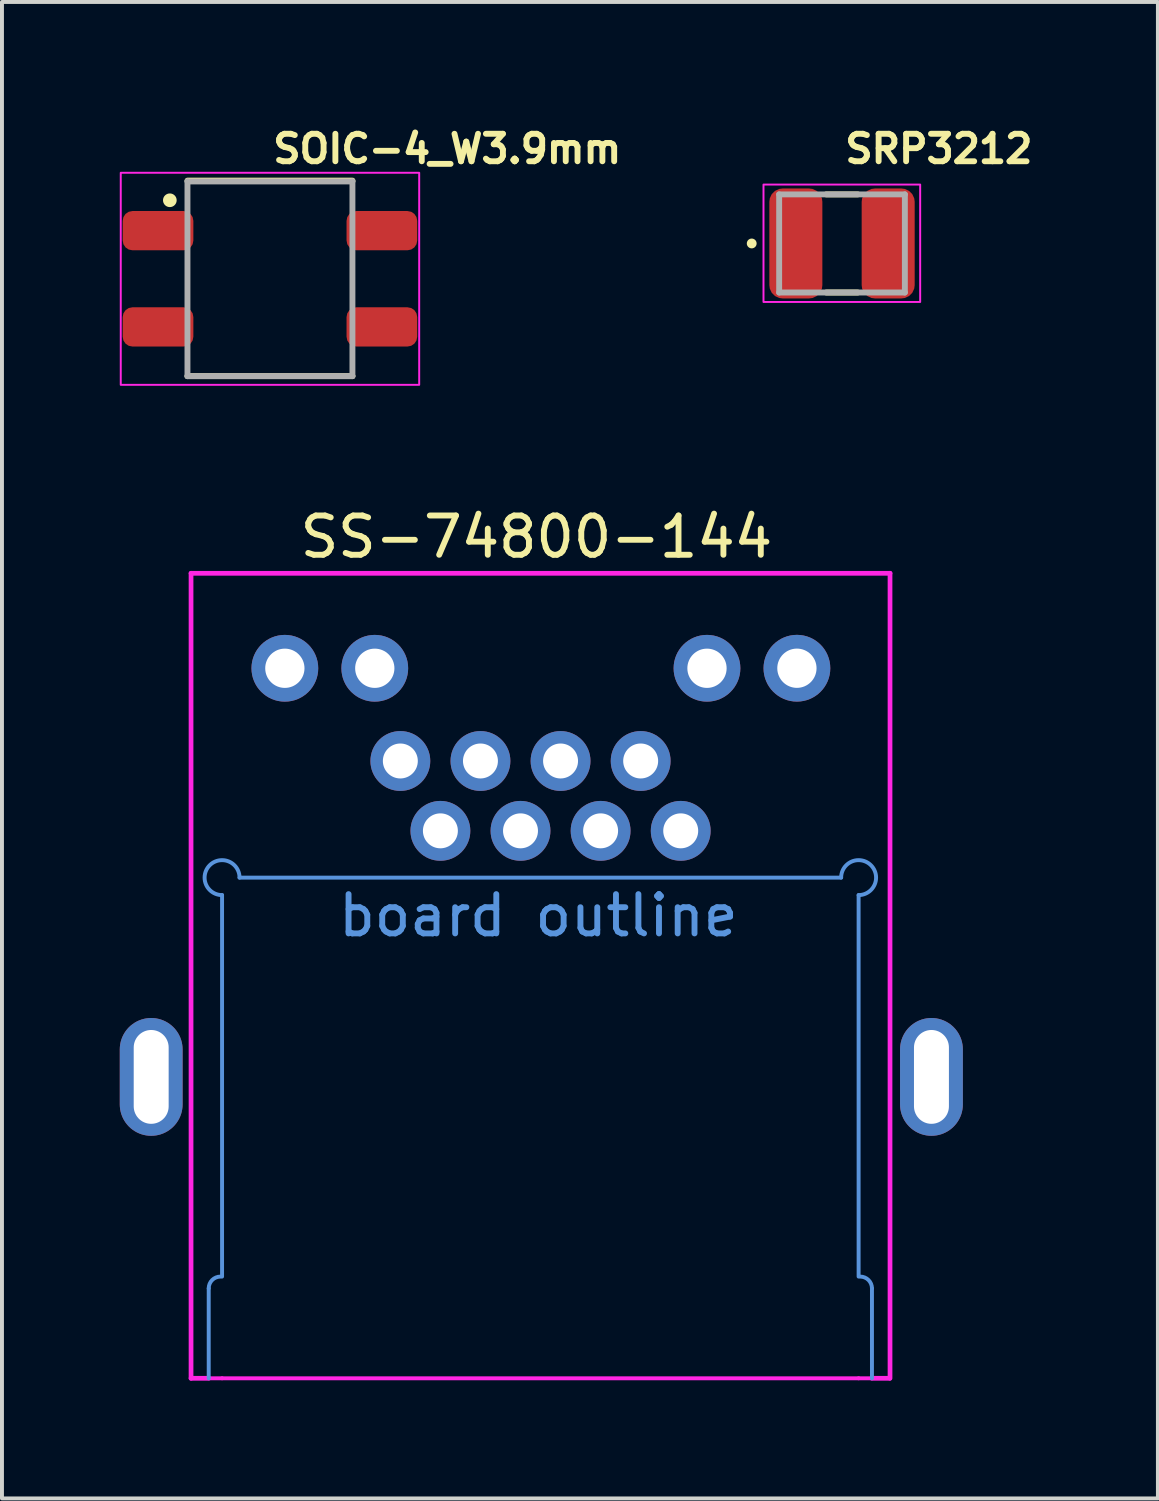
<source format=kicad_pcb>
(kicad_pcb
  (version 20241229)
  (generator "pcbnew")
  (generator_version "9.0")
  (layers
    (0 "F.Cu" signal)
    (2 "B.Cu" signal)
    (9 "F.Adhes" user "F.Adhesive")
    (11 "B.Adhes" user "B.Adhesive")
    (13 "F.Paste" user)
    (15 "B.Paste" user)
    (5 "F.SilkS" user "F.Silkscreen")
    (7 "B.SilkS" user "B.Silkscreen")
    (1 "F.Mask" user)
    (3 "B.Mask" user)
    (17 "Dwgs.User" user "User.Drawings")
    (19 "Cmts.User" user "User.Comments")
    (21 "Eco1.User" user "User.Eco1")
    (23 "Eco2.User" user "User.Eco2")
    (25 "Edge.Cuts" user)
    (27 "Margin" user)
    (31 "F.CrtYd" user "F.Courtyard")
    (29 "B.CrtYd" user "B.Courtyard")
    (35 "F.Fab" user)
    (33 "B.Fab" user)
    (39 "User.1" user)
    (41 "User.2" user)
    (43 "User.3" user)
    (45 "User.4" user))
  (footprint "SRP3212"
    (layer "F.Cu")
    (at 18.393 3.15)
    (property "Reference" "SRP3212" (at 0 -2 0) (layer "F.SilkS") (effects (font (size 0.7 0.7) (thickness 0.15)) (justify left bottom)))
    (attr smd)
    (fp_line (start -0.401 -1.25) (end 0.4 -1.25) (stroke (width 0.15) (type solid)) (layer "F.SilkS"))
    (fp_line (start -0.401 1.249) (end 0.4 1.249) (stroke (width 0.15) (type solid)) (layer "F.SilkS"))
    (fp_circle (center -2.3 0) (end -2.25 0) (stroke (width 0.15) (type solid)) (fill yes) (layer "F.SilkS"))
    (fp_rect (start -2 -1.5) (end 1.99 1.49) (stroke (width 0.05) (type solid)) (fill no) (layer "F.CrtYd"))
    (fp_line (start -1.601 1.249) (end -1.601 -1.25) (stroke (width 0.15) (type solid)) (layer "F.Fab"))
    (fp_line (start -1.601 1.249) (end 1.6 1.249) (stroke (width 0.15) (type solid)) (layer "F.Fab"))
    (fp_line (start 1.6 -1.25) (end -1.601 -1.25) (stroke (width 0.15) (type solid)) (layer "F.Fab"))
    (fp_line (start 1.6 -1.25) (end 1.6 1.249) (stroke (width 0.15) (type solid)) (layer "F.Fab"))
    (pad "1" smd roundrect (at -1.176 0) (size 1.35 2.8) (layers "F.Cu" "F.Mask" "F.Paste") (roundrect_rratio 0.25))
    (pad "2" smd roundrect (at 1.175 0) (size 1.35 2.8) (layers "F.Cu" "F.Mask" "F.Paste") (roundrect_rratio 0.25)))
  (footprint "SS-74800-144"
    (layer "F.Cu")
    (at 10.66 11.223)
    (property "Reference" "SS-74800-144" (at -0.05 -0.6 0) (layer "F.SilkS") (effects (font (size 1 1) (thickness 0.15))))
    (attr through_hole)
    (fp_line (start -8.395 20.826) (end -8.395 18.536) (stroke (width 0.1) (type solid)) (layer "Cmts.User"))
    (fp_line (start -8.055 18.236) (end -8.055 8.521) (stroke (width 0.1) (type solid)) (layer "Cmts.User"))
    (fp_line (start -7.61 8.076) (end 7.71 8.076) (stroke (width 0.1) (type solid)) (layer "Cmts.User"))
    (fp_line (start 8.155 8.521) (end 8.155 18.236) (stroke (width 0.1) (type solid)) (layer "Cmts.User"))
    (fp_line (start 8.495 18.536) (end 8.495 20.826) (stroke (width 0.1) (type solid)) (layer "Cmts.User"))
    (fp_arc (start -8.394909 18.536184) (mid -8.307042 18.324052) (end -8.09491 18.236183) (stroke (width 0.1) (type solid)) (layer "Cmts.User"))
    (fp_arc (start -8.05491 8.521184) (mid -8.369573 7.761521) (end -7.60991 8.076184) (stroke (width 0.1) (type solid)) (layer "Cmts.User"))
    (fp_arc (start 7.710091 8.076184) (mid 8.469754 7.761521) (end 8.155091 8.521184) (stroke (width 0.1) (type solid)) (layer "Cmts.User"))
    (fp_arc (start 8.195091 18.236183) (mid 8.407223 18.324051) (end 8.495091 18.536183) (stroke (width 0.1) (type solid)) (layer "Cmts.User"))
    (fp_line (start -8.095 18.236) (end -8.055 18.236) (stroke (width 0.1) (type solid)) (layer "Margin"))
    (fp_line (start 8.155 18.236) (end 8.195 18.236) (stroke (width 0.1) (type solid)) (layer "Margin"))
    (fp_line (start -8.845 0.326) (end 8.955 0.326) (stroke (width 0.12) (type solid)) (layer "F.CrtYd"))
    (fp_line (start -8.845 20.826) (end -8.845 0.326) (stroke (width 0.12) (type solid)) (layer "F.CrtYd"))
    (fp_line (start -8.395 20.826) (end -8.845 20.826) (stroke (width 0.12) (type solid)) (layer "F.CrtYd"))
    (fp_line (start -8.055 20.826) (end -8.395 20.826) (stroke (width 0.1) (type solid)) (layer "F.CrtYd"))
    (fp_line (start 8.155 20.826) (end -8.055 20.826) (stroke (width 0.1) (type solid)) (layer "F.CrtYd"))
    (fp_line (start 8.495 20.826) (end 8.155 20.826) (stroke (width 0.1) (type solid)) (layer "F.CrtYd"))
    (fp_line (start 8.495 20.826) (end 8.945 20.826) (stroke (width 0.12) (type solid)) (layer "F.CrtYd"))
    (fp_line (start 8.955 20.826) (end 8.955 0.326) (stroke (width 0.12) (type solid)) (layer "F.CrtYd"))
    (fp_text user "board outline" (at 0 9.042 0) (layer "Cmts.User") (effects (font (size 1 1) (thickness 0.15))))
    (pad "1" thru_hole circle (at 3.625 6.885) (size 1.524 1.524) (drill 0.89) (layers "*.Cu" "*.Mask"))
    (pad "2" thru_hole circle (at 2.605 5.106) (size 1.524 1.524) (drill 0.89) (layers "*.Cu" "*.Mask"))
    (pad "3" thru_hole circle (at 1.585 6.885) (size 1.524 1.524) (drill 0.89) (layers "*.Cu" "*.Mask"))
    (pad "4" thru_hole circle (at 0.565 5.106) (size 1.524 1.524) (drill 0.89) (layers "*.Cu" "*.Mask"))
    (pad "5" thru_hole circle (at -0.455 6.885) (size 1.524 1.524) (drill 0.89) (layers "*.Cu" "*.Mask"))
    (pad "6" thru_hole circle (at -1.475 5.106) (size 1.524 1.524) (drill 0.89) (layers "*.Cu" "*.Mask"))
    (pad "7" thru_hole circle (at -2.495 6.885) (size 1.524 1.524) (drill 0.89) (layers "*.Cu" "*.Mask"))
    (pad "8" thru_hole circle (at -3.515 5.106) (size 1.524 1.524) (drill 0.89) (layers "*.Cu" "*.Mask"))
    (pad "9" thru_hole circle (at 6.584 2.744) (size 1.7 1.7) (drill 1) (layers "*.Cu" "*.Mask"))
    (pad "10" thru_hole circle (at 4.294 2.745) (size 1.7 1.7) (drill 1) (layers "*.Cu" "*.Mask"))
    (pad "11" thru_hole circle (at -4.166 2.745) (size 1.7 1.7) (drill 1) (layers "*.Cu" "*.Mask"))
    (pad "12" thru_hole circle (at -6.456 2.745) (size 1.7 1.7) (drill 1) (layers "*.Cu" "*.Mask"))
    (pad "SH" thru_hole oval (at -9.86 13.151) (size 1.6 3) (drill oval 0.89 2.39) (layers "*.Cu" "*.Mask"))
    (pad "SH" thru_hole oval (at 10.01 13.151) (size 1.6 3) (drill oval 0.89 2.39) (layers "*.Cu" "*.Mask")))
  (footprint "SOIC-4_W3.9mm"
    (layer "F.Cu")
    (at 3.825 4.05)
    (property "Reference" "SOIC-4_W3.9mm" (at 0 -2.9 0) (layer "F.SilkS") (effects (font (size 0.7 0.7) (thickness 0.15)) (justify left bottom)))
    (attr smd)
    (fp_line (start -2.101 2.479) (end 2.1 2.479) (stroke (width 0.15) (type solid)) (layer "F.SilkS"))
    (fp_line (start -2.1 -2.5) (end 2.101 -2.5) (stroke (width 0.15) (type solid)) (layer "F.SilkS"))
    (fp_circle (center -2.55 -2) (end -2.451 -2) (stroke (width 0.15) (type solid)) (fill yes) (layer "F.SilkS"))
    (fp_rect (start -3.8 -2.7) (end 3.8 2.7) (stroke (width 0.05) (type solid)) (fill no) (layer "F.CrtYd"))
    (fp_line (start -2.101 -2.48) (end 2.1 -2.48) (stroke (width 0.15) (type solid)) (layer "F.Fab"))
    (fp_line (start -2.101 2.479) (end -2.101 -2.48) (stroke (width 0.15) (type solid)) (layer "F.Fab"))
    (fp_line (start 2.1 -2.48) (end 2.1 2.479) (stroke (width 0.15) (type solid)) (layer "F.Fab"))
    (fp_line (start 2.1 2.479) (end -2.101 2.479) (stroke (width 0.15) (type solid)) (layer "F.Fab"))
    (fp_rect (start -3.351 -2.363) (end 3.35 2.362) (stroke (width 0.1) (type solid)) (fill no) (layer "User.5"))
    (fp_line (start -3.351 -1.543) (end -3.351 -0.909) (stroke (width 0.02) (type solid)) (layer "User.9"))
    (fp_line (start -3.351 1.542) (end -3.351 0.907) (stroke (width 0.02) (type solid)) (layer "User.9"))
    (fp_line (start -3.04 -1.543) (end -3.351 -1.543) (stroke (width 0.02) (type solid)) (layer "User.9"))
    (fp_line (start -3.04 -0.909) (end -3.351 -0.909) (stroke (width 0.02) (type solid)) (layer "User.9"))
    (fp_line (start -3.04 0.907) (end -3.351 0.907) (stroke (width 0.02) (type solid)) (layer "User.9"))
    (fp_line (start -3.04 1.542) (end -3.351 1.542) (stroke (width 0.02) (type solid)) (layer "User.9"))
    (fp_line (start -2.746 -1.543) (end -3.04 -1.543) (stroke (width 0.02) (type solid)) (layer "User.9"))
    (fp_line (start -2.746 -1.543) (end -2.746 -1.543) (stroke (width 0.02) (type solid)) (layer "User.9"))
    (fp_line (start -2.746 -0.909) (end -3.04 -0.909) (stroke (width 0.02) (type solid)) (layer "User.9"))
    (fp_line (start -2.746 -0.909) (end -2.746 -0.909) (stroke (width 0.02) (type solid)) (layer "User.9"))
    (fp_line (start -2.746 0.907) (end -3.04 0.907) (stroke (width 0.02) (type solid)) (layer "User.9"))
    (fp_line (start -2.746 0.907) (end -2.746 0.907) (stroke (width 0.02) (type solid)) (layer "User.9"))
    (fp_line (start -2.746 1.542) (end -3.04 1.542) (stroke (width 0.02) (type solid)) (layer "User.9"))
    (fp_line (start -2.746 1.542) (end -2.746 1.542) (stroke (width 0.02) (type solid)) (layer "User.9"))
    (fp_line (start -2.628 -1.543) (end -2.746 -1.543) (stroke (width 0.02) (type solid)) (layer "User.9"))
    (fp_line (start -2.628 -1.543) (end -2.628 -0.909) (stroke (width 0.02) (type solid)) (layer "User.9"))
    (fp_line (start -2.628 -0.909) (end -2.746 -0.909) (stroke (width 0.02) (type solid)) (layer "User.9"))
    (fp_line (start -2.628 0.907) (end -2.746 0.907) (stroke (width 0.02) (type solid)) (layer "User.9"))
    (fp_line (start -2.628 1.542) (end -2.746 1.542) (stroke (width 0.02) (type solid)) (layer "User.9"))
    (fp_line (start -2.628 1.542) (end -2.628 0.907) (stroke (width 0.02) (type solid)) (layer "User.9"))
    (fp_line (start -2.612 -1.543) (end -2.628 -1.543) (stroke (width 0.02) (type solid)) (layer "User.9"))
    (fp_line (start -2.612 -1.543) (end -2.612 -1.543) (stroke (width 0.02) (type solid)) (layer "User.9"))
    (fp_line (start -2.612 -0.909) (end -2.628 -0.909) (stroke (width 0.02) (type solid)) (layer "User.9"))
    (fp_line (start -2.612 -0.909) (end -2.612 -0.909) (stroke (width 0.02) (type solid)) (layer "User.9"))
    (fp_line (start -2.612 0.907) (end -2.628 0.907) (stroke (width 0.02) (type solid)) (layer "User.9"))
    (fp_line (start -2.612 0.907) (end -2.612 0.907) (stroke (width 0.02) (type solid)) (layer "User.9"))
    (fp_line (start -2.612 1.542) (end -2.628 1.542) (stroke (width 0.02) (type solid)) (layer "User.9"))
    (fp_line (start -2.612 1.542) (end -2.612 1.542) (stroke (width 0.02) (type solid)) (layer "User.9"))
    (fp_line (start -2.565 -1.543) (end -2.612 -1.543) (stroke (width 0.02) (type solid)) (layer "User.9"))
    (fp_line (start -2.565 -1.543) (end -2.565 -1.543) (stroke (width 0.02) (type solid)) (layer "User.9"))
    (fp_line (start -2.565 -0.909) (end -2.612 -0.909) (stroke (width 0.02) (type solid)) (layer "User.9"))
    (fp_line (start -2.565 -0.909) (end -2.565 -0.909) (stroke (width 0.02) (type solid)) (layer "User.9"))
    (fp_line (start -2.565 0.907) (end -2.612 0.907) (stroke (width 0.02) (type solid)) (layer "User.9"))
    (fp_line (start -2.565 0.907) (end -2.565 0.907) (stroke (width 0.02) (type solid)) (layer "User.9"))
    (fp_line (start -2.565 1.542) (end -2.612 1.542) (stroke (width 0.02) (type solid)) (layer "User.9"))
    (fp_line (start -2.565 1.542) (end -2.565 1.542) (stroke (width 0.02) (type solid)) (layer "User.9"))
    (fp_line (start -2.492 -1.543) (end -2.565 -1.543) (stroke (width 0.02) (type solid)) (layer "User.9"))
    (fp_line (start -2.492 -1.543) (end -2.492 -1.543) (stroke (width 0.02) (type solid)) (layer "User.9"))
    (fp_line (start -2.492 -0.909) (end -2.565 -0.909) (stroke (width 0.02) (type solid)) (layer "User.9"))
    (fp_line (start -2.492 -0.909) (end -2.492 -0.909) (stroke (width 0.02) (type solid)) (layer "User.9"))
    (fp_line (start -2.492 0.907) (end -2.565 0.907) (stroke (width 0.02) (type solid)) (layer "User.9"))
    (fp_line (start -2.492 0.907) (end -2.492 0.907) (stroke (width 0.02) (type solid)) (layer "User.9"))
    (fp_line (start -2.492 1.542) (end -2.565 1.542) (stroke (width 0.02) (type solid)) (layer "User.9"))
    (fp_line (start -2.492 1.542) (end -2.492 1.542) (stroke (width 0.02) (type solid)) (layer "User.9"))
    (fp_line (start -2.445 -1.543) (end -2.492 -1.543) (stroke (width 0.02) (type solid)) (layer "User.9"))
    (fp_line (start -2.445 -1.543) (end -2.445 -1.543) (stroke (width 0.02) (type solid)) (layer "User.9"))
    (fp_line (start -2.445 -0.909) (end -2.492 -0.909) (stroke (width 0.02) (type solid)) (layer "User.9"))
    (fp_line (start -2.445 -0.909) (end -2.445 -0.909) (stroke (width 0.02) (type solid)) (layer "User.9"))
    (fp_line (start -2.445 0.907) (end -2.492 0.907) (stroke (width 0.02) (type solid)) (layer "User.9"))
    (fp_line (start -2.445 0.907) (end -2.445 0.907) (stroke (width 0.02) (type solid)) (layer "User.9"))
    (fp_line (start -2.445 1.542) (end -2.492 1.542) (stroke (width 0.02) (type solid)) (layer "User.9"))
    (fp_line (start -2.445 1.542) (end -2.445 1.542) (stroke (width 0.02) (type solid)) (layer "User.9"))
    (fp_line (start -2.007 -1.543) (end -2.445 -1.543) (stroke (width 0.02) (type solid)) (layer "User.9"))
    (fp_line (start -2.007 -0.909) (end -2.445 -0.909) (stroke (width 0.02) (type solid)) (layer "User.9"))
    (fp_line (start -2.007 0.907) (end -2.445 0.907) (stroke (width 0.02) (type solid)) (layer "User.9"))
    (fp_line (start -2.007 1.542) (end -2.445 1.542) (stroke (width 0.02) (type solid)) (layer "User.9"))
    (fp_line (start -1.95 -2.363) (end -1.95 2.362) (stroke (width 0.02) (type solid)) (layer "User.9"))
    (fp_line (start -1.95 -1.543) (end -2.007 -1.543) (stroke (width 0.02) (type solid)) (layer "User.9"))
    (fp_line (start -1.95 -0.909) (end -2.007 -0.909) (stroke (width 0.02) (type solid)) (layer "User.9"))
    (fp_line (start -1.95 0.907) (end -2.007 0.907) (stroke (width 0.02) (type solid)) (layer "User.9"))
    (fp_line (start -1.95 1.542) (end -2.007 1.542) (stroke (width 0.02) (type solid)) (layer "User.9"))
    (fp_line (start -1.95 2.362) (end 1.449 2.362) (stroke (width 0.02) (type solid)) (layer "User.9"))
    (fp_line (start 1.449 -2.363) (end -1.95 -2.363) (stroke (width 0.02) (type solid)) (layer "User.9"))
    (fp_line (start 1.449 -2.363) (end 1.949 -2.363) (stroke (width 0.02) (type solid)) (layer "User.9"))
    (fp_line (start 1.449 2.362) (end 1.449 -2.363) (stroke (width 0.02) (type solid)) (layer "User.9"))
    (fp_line (start 1.949 -2.363) (end 1.949 2.362) (stroke (width 0.02) (type solid)) (layer "User.9"))
    (fp_line (start 1.949 -1.543) (end 2.004 -1.543) (stroke (width 0.02) (type solid)) (layer "User.9"))
    (fp_line (start 1.949 -0.909) (end 2.004 -0.909) (stroke (width 0.02) (type solid)) (layer "User.9"))
    (fp_line (start 1.949 0.907) (end 2.004 0.907) (stroke (width 0.02) (type solid)) (layer "User.9"))
    (fp_line (start 1.949 1.542) (end 2.004 1.542) (stroke (width 0.02) (type solid)) (layer "User.9"))
    (fp_line (start 1.949 2.362) (end 1.449 2.362) (stroke (width 0.02) (type solid)) (layer "User.9"))
    (fp_line (start 2.004 -1.543) (end 2.443 -1.543) (stroke (width 0.02) (type solid)) (layer "User.9"))
    (fp_line (start 2.004 -0.909) (end 2.443 -0.909) (stroke (width 0.02) (type solid)) (layer "User.9"))
    (fp_line (start 2.004 0.907) (end 2.443 0.907) (stroke (width 0.02) (type solid)) (layer "User.9"))
    (fp_line (start 2.004 1.542) (end 2.443 1.542) (stroke (width 0.02) (type solid)) (layer "User.9"))
    (fp_line (start 2.443 -1.543) (end 2.443 -1.543) (stroke (width 0.02) (type solid)) (layer "User.9"))
    (fp_line (start 2.443 -1.543) (end 2.49 -1.543) (stroke (width 0.02) (type solid)) (layer "User.9"))
    (fp_line (start 2.443 -0.909) (end 2.443 -0.909) (stroke (width 0.02) (type solid)) (layer "User.9"))
    (fp_line (start 2.443 -0.909) (end 2.49 -0.909) (stroke (width 0.02) (type solid)) (layer "User.9"))
    (fp_line (start 2.443 0.907) (end 2.443 0.907) (stroke (width 0.02) (type solid)) (layer "User.9"))
    (fp_line (start 2.443 0.907) (end 2.49 0.907) (stroke (width 0.02) (type solid)) (layer "User.9"))
    (fp_line (start 2.443 1.542) (end 2.443 1.542) (stroke (width 0.02) (type solid)) (layer "User.9"))
    (fp_line (start 2.443 1.542) (end 2.49 1.542) (stroke (width 0.02) (type solid)) (layer "User.9"))
    (fp_line (start 2.49 -1.543) (end 2.49 -1.543) (stroke (width 0.02) (type solid)) (layer "User.9"))
    (fp_line (start 2.49 -1.543) (end 2.564 -1.543) (stroke (width 0.02) (type solid)) (layer "User.9"))
    (fp_line (start 2.49 -0.909) (end 2.49 -0.909) (stroke (width 0.02) (type solid)) (layer "User.9"))
    (fp_line (start 2.49 -0.909) (end 2.564 -0.909) (stroke (width 0.02) (type solid)) (layer "User.9"))
    (fp_line (start 2.49 0.907) (end 2.49 0.907) (stroke (width 0.02) (type solid)) (layer "User.9"))
    (fp_line (start 2.49 0.907) (end 2.564 0.907) (stroke (width 0.02) (type solid)) (layer "User.9"))
    (fp_line (start 2.49 1.542) (end 2.49 1.542) (stroke (width 0.02) (type solid)) (layer "User.9"))
    (fp_line (start 2.49 1.542) (end 2.564 1.542) (stroke (width 0.02) (type solid)) (layer "User.9"))
    (fp_line (start 2.564 -1.543) (end 2.564 -1.543) (stroke (width 0.02) (type solid)) (layer "User.9"))
    (fp_line (start 2.564 -1.543) (end 2.609 -1.543) (stroke (width 0.02) (type solid)) (layer "User.9"))
    (fp_line (start 2.564 -0.909) (end 2.564 -0.909) (stroke (width 0.02) (type solid)) (layer "User.9"))
    (fp_line (start 2.564 -0.909) (end 2.609 -0.909) (stroke (width 0.02) (type solid)) (layer "User.9"))
    (fp_line (start 2.564 0.907) (end 2.564 0.907) (stroke (width 0.02) (type solid)) (layer "User.9"))
    (fp_line (start 2.564 0.907) (end 2.609 0.907) (stroke (width 0.02) (type solid)) (layer "User.9"))
    (fp_line (start 2.564 1.542) (end 2.564 1.542) (stroke (width 0.02) (type solid)) (layer "User.9"))
    (fp_line (start 2.564 1.542) (end 2.609 1.542) (stroke (width 0.02) (type solid)) (layer "User.9"))
    (fp_line (start 2.609 -1.543) (end 2.609 -1.543) (stroke (width 0.02) (type solid)) (layer "User.9"))
    (fp_line (start 2.609 -1.543) (end 2.625 -1.543) (stroke (width 0.02) (type solid)) (layer "User.9"))
    (fp_line (start 2.609 -0.909) (end 2.609 -0.909) (stroke (width 0.02) (type solid)) (layer "User.9"))
    (fp_line (start 2.609 -0.909) (end 2.625 -0.909) (stroke (width 0.02) (type solid)) (layer "User.9"))
    (fp_line (start 2.609 0.907) (end 2.609 0.907) (stroke (width 0.02) (type solid)) (layer "User.9"))
    (fp_line (start 2.609 0.907) (end 2.625 0.907) (stroke (width 0.02) (type solid)) (layer "User.9"))
    (fp_line (start 2.609 1.542) (end 2.609 1.542) (stroke (width 0.02) (type solid)) (layer "User.9"))
    (fp_line (start 2.609 1.542) (end 2.625 1.542) (stroke (width 0.02) (type solid)) (layer "User.9"))
    (fp_line (start 2.625 -1.543) (end 2.625 -0.909) (stroke (width 0.02) (type solid)) (layer "User.9"))
    (fp_line (start 2.625 -1.543) (end 2.745 -1.543) (stroke (width 0.02) (type solid)) (layer "User.9"))
    (fp_line (start 2.625 -0.909) (end 2.745 -0.909) (stroke (width 0.02) (type solid)) (layer "User.9"))
    (fp_line (start 2.625 0.907) (end 2.745 0.907) (stroke (width 0.02) (type solid)) (layer "User.9"))
    (fp_line (start 2.625 1.542) (end 2.625 0.907) (stroke (width 0.02) (type solid)) (layer "User.9"))
    (fp_line (start 2.625 1.542) (end 2.745 1.542) (stroke (width 0.02) (type solid)) (layer "User.9"))
    (fp_line (start 2.745 -1.543) (end 2.745 -1.543) (stroke (width 0.02) (type solid)) (layer "User.9"))
    (fp_line (start 2.745 -1.543) (end 3.038 -1.543) (stroke (width 0.02) (type solid)) (layer "User.9"))
    (fp_line (start 2.745 -0.909) (end 2.745 -0.909) (stroke (width 0.02) (type solid)) (layer "User.9"))
    (fp_line (start 2.745 -0.909) (end 3.038 -0.909) (stroke (width 0.02) (type solid)) (layer "User.9"))
    (fp_line (start 2.745 0.907) (end 2.745 0.907) (stroke (width 0.02) (type solid)) (layer "User.9"))
    (fp_line (start 2.745 0.907) (end 3.038 0.907) (stroke (width 0.02) (type solid)) (layer "User.9"))
    (fp_line (start 2.745 1.542) (end 2.745 1.542) (stroke (width 0.02) (type solid)) (layer "User.9"))
    (fp_line (start 2.745 1.542) (end 3.038 1.542) (stroke (width 0.02) (type solid)) (layer "User.9"))
    (fp_line (start 3.038 -1.543) (end 3.35 -1.543) (stroke (width 0.02) (type solid)) (layer "User.9"))
    (fp_line (start 3.038 -0.909) (end 3.35 -0.909) (stroke (width 0.02) (type solid)) (layer "User.9"))
    (fp_line (start 3.038 0.907) (end 3.35 0.907) (stroke (width 0.02) (type solid)) (layer "User.9"))
    (fp_line (start 3.038 1.542) (end 3.35 1.542) (stroke (width 0.02) (type solid)) (layer "User.9"))
    (fp_line (start 3.35 -1.543) (end 3.35 -0.909) (stroke (width 0.02) (type solid)) (layer "User.9"))
    (fp_line (start 3.35 1.542) (end 3.35 0.907) (stroke (width 0.02) (type solid)) (layer "User.9"))
    (pad "1" smd roundrect (at -2.851 -1.226) (size 1.8 1) (layers "F.Cu" "F.Mask" "F.Paste") (roundrect_rratio 0.25))
    (pad "2" smd roundrect (at -2.851 1.225) (size 1.8 1) (layers "F.Cu" "F.Mask" "F.Paste") (roundrect_rratio 0.25))
    (pad "3" smd roundrect (at 2.85 1.225) (size 1.8 1) (layers "F.Cu" "F.Mask" "F.Paste") (roundrect_rratio 0.25))
    (pad "4" smd roundrect (at 2.85 -1.226) (size 1.8 1) (layers "F.Cu" "F.Mask" "F.Paste") (roundrect_rratio 0.25)))
  (gr_rect
    (start -3 -3)
    (end 26.437 35.109)
    (stroke (width 0.1) (type default))
    (fill no)
    (layer "Edge.Cuts")))
</source>
